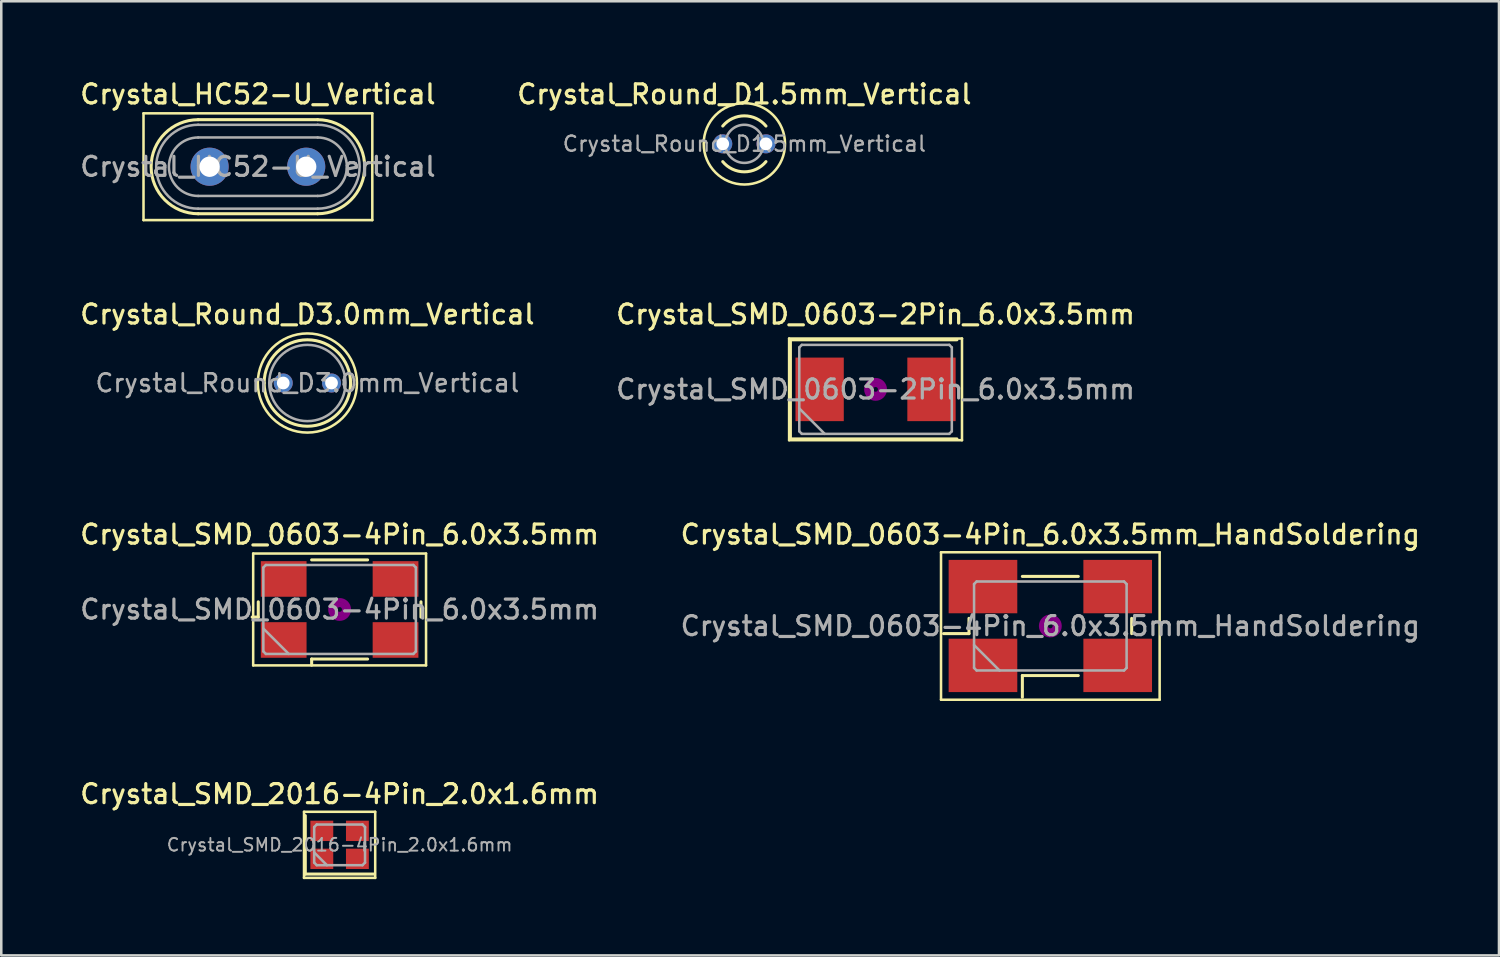
<source format=kicad_pcb>
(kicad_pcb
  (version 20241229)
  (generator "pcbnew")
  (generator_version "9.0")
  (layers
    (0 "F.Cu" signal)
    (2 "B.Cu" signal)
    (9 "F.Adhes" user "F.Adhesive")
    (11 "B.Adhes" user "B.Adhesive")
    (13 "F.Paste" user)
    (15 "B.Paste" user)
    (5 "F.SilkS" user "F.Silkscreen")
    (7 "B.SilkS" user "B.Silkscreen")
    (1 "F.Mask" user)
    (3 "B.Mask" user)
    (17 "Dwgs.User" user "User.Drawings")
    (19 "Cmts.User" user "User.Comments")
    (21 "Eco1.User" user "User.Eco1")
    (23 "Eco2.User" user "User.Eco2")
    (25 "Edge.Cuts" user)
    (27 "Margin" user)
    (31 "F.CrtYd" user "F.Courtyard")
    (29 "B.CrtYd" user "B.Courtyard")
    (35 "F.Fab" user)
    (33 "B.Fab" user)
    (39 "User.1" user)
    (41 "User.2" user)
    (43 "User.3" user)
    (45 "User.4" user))
  (footprint "Crystal_SMD_0603-4Pin_6.0x3.5mm_HandSoldering"
    (layer "F.Cu")
    (at 38.266 21.574)
    (property "Reference" "Crystal_SMD_0603-4Pin_6.0x3.5mm_HandSoldering" (at 0 -3.6 0) (layer "F.SilkS") (effects (font (size 0.75 0.75) (thickness 0.125))))
    (attr smd)
    (fp_line (start -4.3 -2.9) (end -4.3 2.9) (stroke (width 0.1) (type solid)) (layer "F.SilkS"))
    (fp_line (start -4.3 2.9) (end 4.3 2.9) (stroke (width 0.1) (type solid)) (layer "F.SilkS"))
    (fp_line (start -4.2 0.3) (end -3.2 0.3) (stroke (width 0.12) (type solid)) (layer "F.SilkS"))
    (fp_line (start -3.2 0.3) (end -3.2 -0.3) (stroke (width 0.12) (type solid)) (layer "F.SilkS"))
    (fp_line (start -1.1 -1.95) (end 1.1 -1.95) (stroke (width 0.12) (type solid)) (layer "F.SilkS"))
    (fp_line (start -1.1 1.95) (end -1.1 2.8) (stroke (width 0.12) (type solid)) (layer "F.SilkS"))
    (fp_line (start 1.1 1.95) (end -1.1 1.95) (stroke (width 0.12) (type solid)) (layer "F.SilkS"))
    (fp_line (start 3.2 -0.3) (end 3.2 0.3) (stroke (width 0.12) (type solid)) (layer "F.SilkS"))
    (fp_line (start 4.3 -2.9) (end -4.3 -2.9) (stroke (width 0.1) (type solid)) (layer "F.SilkS"))
    (fp_line (start 4.3 2.9) (end 4.3 -2.9) (stroke (width 0.1) (type solid)) (layer "F.SilkS"))
    (fp_circle (center 0 0) (end 0.093 0) (stroke (width 0.187) (type solid)) (fill no) (layer "F.Adhes"))
    (fp_circle (center 0 0) (end 0.213 0) (stroke (width 0.133) (type solid)) (fill no) (layer "F.Adhes"))
    (fp_circle (center 0 0) (end 0.333 0) (stroke (width 0.133) (type solid)) (fill no) (layer "F.Adhes"))
    (fp_circle (center 0 0) (end 0.4 0) (stroke (width 0.1) (type solid)) (fill no) (layer "F.Adhes"))
    (fp_line (start -3 -1.65) (end -2.9 -1.75) (stroke (width 0.1) (type solid)) (layer "F.Fab"))
    (fp_line (start -3 0.75) (end -2 1.75) (stroke (width 0.1) (type solid)) (layer "F.Fab"))
    (fp_line (start -3 1.65) (end -3 -1.65) (stroke (width 0.1) (type solid)) (layer "F.Fab"))
    (fp_line (start -2.9 -1.75) (end 2.9 -1.75) (stroke (width 0.1) (type solid)) (layer "F.Fab"))
    (fp_line (start -2.9 1.75) (end -3 1.65) (stroke (width 0.1) (type solid)) (layer "F.Fab"))
    (fp_line (start 2.9 -1.75) (end 3 -1.65) (stroke (width 0.1) (type solid)) (layer "F.Fab"))
    (fp_line (start 2.9 1.75) (end -2.9 1.75) (stroke (width 0.1) (type solid)) (layer "F.Fab"))
    (fp_line (start 3 -1.65) (end 3 1.65) (stroke (width 0.1) (type solid)) (layer "F.Fab"))
    (fp_line (start 3 1.65) (end 2.9 1.75) (stroke (width 0.1) (type solid)) (layer "F.Fab"))
    (fp_text user "${REFERENCE}" (at 0 0 0) (layer "F.Fab") (effects (font (size 0.75 0.75) (thickness 0.125))))
    (pad "1" smd rect (at -2.65 1.55) (size 2.7 2.1) (layers "F.Cu" "F.Mask" "F.Paste"))
    (pad "2" smd rect (at 2.65 1.55) (size 2.7 2.1) (layers "F.Cu" "F.Mask" "F.Paste"))
    (pad "3" smd rect (at 2.65 -1.55) (size 2.7 2.1) (layers "F.Cu" "F.Mask" "F.Paste"))
    (pad "4" smd rect (at -2.65 -1.55) (size 2.7 2.1) (layers "F.Cu" "F.Mask" "F.Paste")))
  (footprint "Crystal_Round_D1.5mm_Vertical"
    (layer "F.Cu")
    (at 25.38 2.608)
    (property "Reference" "Crystal_Round_D1.5mm_Vertical" (at 0.85 -1.95 0) (layer "F.SilkS") (effects (font (size 0.75 0.75) (thickness 0.125))))
    (attr through_hole)
    (fp_arc (start 0 -0.7) (mid 0.850432 -1.101136) (end 1.700549 -0.699333) (stroke (width 0.12) (type solid)) (layer "F.SilkS"))
    (fp_arc (start 1.700549 0.699333) (mid 0.850432 1.101136) (end 0 0.7) (stroke (width 0.12) (type solid)) (layer "F.SilkS"))
    (fp_circle (center 0.85 0) (end 2.45 0) (stroke (width 0.1) (type solid)) (fill no) (layer "F.SilkS"))
    (fp_circle (center 0.85 0) (end 1.6 0) (stroke (width 0.1) (type solid)) (fill no) (layer "F.Fab"))
    (fp_text user "${REFERENCE}" (at 0.85 0 0) (layer "F.Fab") (effects (font (size 0.6 0.6) (thickness 0.09))))
    (pad "1" thru_hole circle (at 0 0) (size 0.75 0.75) (drill 0.5) (layers "*.Cu" "*.Mask"))
    (pad "2" thru_hole circle (at 1.7 0) (size 0.75 0.75) (drill 0.5) (layers "*.Cu" "*.Mask")))
  (footprint "Crystal_SMD_2016-4Pin_2.0x1.6mm"
    (layer "F.Cu")
    (at 10.309 30.183)
    (property "Reference" "Crystal_SMD_2016-4Pin_2.0x1.6mm" (at 0 -2 0) (layer "F.SilkS") (effects (font (size 0.75 0.75) (thickness 0.125))))
    (attr smd)
    (fp_line (start -1.4 -1.3) (end -1.4 1.3) (stroke (width 0.1) (type solid)) (layer "F.SilkS"))
    (fp_line (start -1.4 1.3) (end 1.4 1.3) (stroke (width 0.1) (type solid)) (layer "F.SilkS"))
    (fp_line (start -1.35 -1.15) (end -1.35 1.15) (stroke (width 0.12) (type solid)) (layer "F.SilkS"))
    (fp_line (start -1.35 1.15) (end 1.35 1.15) (stroke (width 0.12) (type solid)) (layer "F.SilkS"))
    (fp_line (start 1.4 -1.3) (end -1.4 -1.3) (stroke (width 0.1) (type solid)) (layer "F.SilkS"))
    (fp_line (start 1.4 1.3) (end 1.4 -1.3) (stroke (width 0.1) (type solid)) (layer "F.SilkS"))
    (fp_line (start -1 -0.7) (end -0.9 -0.8) (stroke (width 0.1) (type solid)) (layer "F.Fab"))
    (fp_line (start -1 0.3) (end -0.5 0.8) (stroke (width 0.1) (type solid)) (layer "F.Fab"))
    (fp_line (start -1 0.7) (end -1 -0.7) (stroke (width 0.1) (type solid)) (layer "F.Fab"))
    (fp_line (start -0.9 -0.8) (end 0.9 -0.8) (stroke (width 0.1) (type solid)) (layer "F.Fab"))
    (fp_line (start -0.9 0.8) (end -1 0.7) (stroke (width 0.1) (type solid)) (layer "F.Fab"))
    (fp_line (start 0.9 -0.8) (end 1 -0.7) (stroke (width 0.1) (type solid)) (layer "F.Fab"))
    (fp_line (start 0.9 0.8) (end -0.9 0.8) (stroke (width 0.1) (type solid)) (layer "F.Fab"))
    (fp_line (start 1 -0.7) (end 1 0.7) (stroke (width 0.1) (type solid)) (layer "F.Fab"))
    (fp_line (start 1 0.7) (end 0.9 0.8) (stroke (width 0.1) (type solid)) (layer "F.Fab"))
    (fp_text user "${REFERENCE}" (at 0 0 0) (layer "F.Fab") (effects (font (size 0.5 0.5) (thickness 0.075))))
    (pad "1" smd rect (at -0.7 0.55) (size 0.9 0.8) (layers "F.Cu" "F.Mask" "F.Paste"))
    (pad "2" smd rect (at 0.7 0.55) (size 0.9 0.8) (layers "F.Cu" "F.Mask" "F.Paste"))
    (pad "3" smd rect (at 0.7 -0.55) (size 0.9 0.8) (layers "F.Cu" "F.Mask" "F.Paste"))
    (pad "4" smd rect (at -0.7 -0.55) (size 0.9 0.8) (layers "F.Cu" "F.Mask" "F.Paste")))
  (footprint "Crystal_HC52-U_Vertical"
    (layer "F.Cu")
    (at 5.195 3.508)
    (property "Reference" "Crystal_HC52-U_Vertical" (at 1.9 -2.85 0) (layer "F.SilkS") (effects (font (size 0.75 0.75) (thickness 0.125))))
    (attr through_hole)
    (fp_line (start -2.6 -2.1) (end -2.6 2.1) (stroke (width 0.1) (type solid)) (layer "F.SilkS"))
    (fp_line (start -2.6 2.1) (end 6.4 2.1) (stroke (width 0.1) (type solid)) (layer "F.SilkS"))
    (fp_line (start -0.45 -1.85) (end 4.25 -1.85) (stroke (width 0.12) (type solid)) (layer "F.SilkS"))
    (fp_line (start -0.45 1.85) (end 4.25 1.85) (stroke (width 0.12) (type solid)) (layer "F.SilkS"))
    (fp_line (start 6.4 -2.1) (end -2.6 -2.1) (stroke (width 0.1) (type solid)) (layer "F.SilkS"))
    (fp_line (start 6.4 2.1) (end 6.4 -2.1) (stroke (width 0.1) (type solid)) (layer "F.SilkS"))
    (fp_arc (start -0.45 1.85) (mid -2.3 0) (end -0.45 -1.85) (stroke (width 0.12) (type solid)) (layer "F.SilkS"))
    (fp_arc (start 4.25 -1.85) (mid 6.1 0) (end 4.25 1.85) (stroke (width 0.12) (type solid)) (layer "F.SilkS"))
    (fp_line (start -0.45 -1.65) (end 4.25 -1.65) (stroke (width 0.1) (type solid)) (layer "F.Fab"))
    (fp_line (start -0.45 -1.15) (end 4.25 -1.15) (stroke (width 0.1) (type solid)) (layer "F.Fab"))
    (fp_line (start -0.45 1.15) (end 4.25 1.15) (stroke (width 0.1) (type solid)) (layer "F.Fab"))
    (fp_line (start -0.45 1.65) (end 4.25 1.65) (stroke (width 0.1) (type solid)) (layer "F.Fab"))
    (fp_arc (start -0.45 1.15) (mid -1.6 0) (end -0.45 -1.15) (stroke (width 0.1) (type solid)) (layer "F.Fab"))
    (fp_arc (start -0.45 1.65) (mid -2.1 0) (end -0.45 -1.65) (stroke (width 0.1) (type solid)) (layer "F.Fab"))
    (fp_arc (start 4.25 -1.65) (mid 5.9 0) (end 4.25 1.65) (stroke (width 0.1) (type solid)) (layer "F.Fab"))
    (fp_arc (start 4.25 -1.15) (mid 5.4 0) (end 4.25 1.15) (stroke (width 0.1) (type solid)) (layer "F.Fab"))
    (fp_text user "${REFERENCE}" (at 1.9 0 0) (layer "F.Fab") (effects (font (size 0.75 0.75) (thickness 0.125))))
    (pad "1" thru_hole circle (at 0 0) (size 1.5 1.5) (drill 0.8) (layers "*.Cu" "*.Mask"))
    (pad "2" thru_hole circle (at 3.8 0) (size 1.5 1.5) (drill 0.8) (layers "*.Cu" "*.Mask")))
  (footprint "Crystal_Round_D3.0mm_Vertical"
    (layer "F.Cu")
    (at 8.091 12.016)
    (property "Reference" "Crystal_Round_D3.0mm_Vertical" (at 0.95 -2.7 0) (layer "F.SilkS") (effects (font (size 0.75 0.75) (thickness 0.125))))
    (attr through_hole)
    (fp_arc (start -0.75 0) (mid 0.95 -1.7) (end 2.65 0) (stroke (width 0.12) (type solid)) (layer "F.SilkS"))
    (fp_arc (start 2.65 0) (mid 0.95 1.7) (end -0.75 0) (stroke (width 0.12) (type solid)) (layer "F.SilkS"))
    (fp_circle (center 0.95 0) (end 2.9 0) (stroke (width 0.1) (type solid)) (fill no) (layer "F.SilkS"))
    (fp_circle (center 0.95 0) (end 2.45 0) (stroke (width 0.1) (type solid)) (fill no) (layer "F.Fab"))
    (fp_text user "${REFERENCE}" (at 0.95 0 0) (layer "F.Fab") (effects (font (size 0.7 0.7) (thickness 0.105))))
    (pad "1" thru_hole circle (at 0 0) (size 0.75 0.75) (drill 0.5) (layers "*.Cu" "*.Mask"))
    (pad "2" thru_hole circle (at 1.9 0) (size 0.75 0.75) (drill 0.5) (layers "*.Cu" "*.Mask")))
  (footprint "Crystal_SMD_0603-2Pin_6.0x3.5mm"
    (layer "F.Cu")
    (at 31.391 12.266)
    (property "Reference" "Crystal_SMD_0603-2Pin_6.0x3.5mm" (at 0 -2.95 0) (layer "F.SilkS") (effects (font (size 0.75 0.75) (thickness 0.125))))
    (attr smd)
    (fp_line (start -3.4 -2) (end -3.4 2) (stroke (width 0.1) (type solid)) (layer "F.SilkS"))
    (fp_line (start -3.4 2) (end 3.4 2) (stroke (width 0.1) (type solid)) (layer "F.SilkS"))
    (fp_line (start -3.35 -1.95) (end -3.35 1.95) (stroke (width 0.12) (type solid)) (layer "F.SilkS"))
    (fp_line (start -3.35 1.95) (end 3.2 1.95) (stroke (width 0.12) (type solid)) (layer "F.SilkS"))
    (fp_line (start 3.2 -1.95) (end -3.35 -1.95) (stroke (width 0.12) (type solid)) (layer "F.SilkS"))
    (fp_line (start 3.4 -2) (end -3.4 -2) (stroke (width 0.1) (type solid)) (layer "F.SilkS"))
    (fp_line (start 3.4 2) (end 3.4 -2) (stroke (width 0.1) (type solid)) (layer "F.SilkS"))
    (fp_circle (center 0 0) (end 0.093 0) (stroke (width 0.187) (type solid)) (fill no) (layer "F.Adhes"))
    (fp_circle (center 0 0) (end 0.213 0) (stroke (width 0.133) (type solid)) (fill no) (layer "F.Adhes"))
    (fp_circle (center 0 0) (end 0.333 0) (stroke (width 0.133) (type solid)) (fill no) (layer "F.Adhes"))
    (fp_circle (center 0 0) (end 0.4 0) (stroke (width 0.1) (type solid)) (fill no) (layer "F.Adhes"))
    (fp_line (start -3 -1.65) (end -2.9 -1.75) (stroke (width 0.1) (type solid)) (layer "F.Fab"))
    (fp_line (start -3 0.75) (end -2 1.75) (stroke (width 0.1) (type solid)) (layer "F.Fab"))
    (fp_line (start -3 1.65) (end -3 -1.65) (stroke (width 0.1) (type solid)) (layer "F.Fab"))
    (fp_line (start -2.9 -1.75) (end 2.9 -1.75) (stroke (width 0.1) (type solid)) (layer "F.Fab"))
    (fp_line (start -2.9 1.75) (end -3 1.65) (stroke (width 0.1) (type solid)) (layer "F.Fab"))
    (fp_line (start 2.9 -1.75) (end 3 -1.65) (stroke (width 0.1) (type solid)) (layer "F.Fab"))
    (fp_line (start 2.9 1.75) (end -2.9 1.75) (stroke (width 0.1) (type solid)) (layer "F.Fab"))
    (fp_line (start 3 -1.65) (end 3 1.65) (stroke (width 0.1) (type solid)) (layer "F.Fab"))
    (fp_line (start 3 1.65) (end 2.9 1.75) (stroke (width 0.1) (type solid)) (layer "F.Fab"))
    (fp_text user "${REFERENCE}" (at 0 0 0) (layer "F.Fab") (effects (font (size 0.75 0.75) (thickness 0.125))))
    (pad "1" smd rect (at -2.2 0) (size 1.9 2.5) (layers "F.Cu" "F.Mask" "F.Paste"))
    (pad "2" smd rect (at 2.2 0) (size 1.9 2.5) (layers "F.Cu" "F.Mask" "F.Paste")))
  (footprint "Crystal_SMD_0603-4Pin_6.0x3.5mm"
    (layer "F.Cu")
    (at 10.309 20.924)
    (property "Reference" "Crystal_SMD_0603-4Pin_6.0x3.5mm" (at 0 -2.95 0) (layer "F.SilkS") (effects (font (size 0.75 0.75) (thickness 0.125))))
    (attr smd)
    (fp_line (start -3.44 0.3) (end -3.2 0.3) (stroke (width 0.12) (type solid)) (layer "F.SilkS"))
    (fp_line (start -3.4 -2.2) (end -3.4 2.2) (stroke (width 0.1) (type solid)) (layer "F.SilkS"))
    (fp_line (start -3.4 2.2) (end 3.4 2.2) (stroke (width 0.1) (type solid)) (layer "F.SilkS"))
    (fp_line (start -3.2 0.3) (end -3.2 -0.3) (stroke (width 0.12) (type solid)) (layer "F.SilkS"))
    (fp_line (start -1.1 -1.95) (end 1.1 -1.95) (stroke (width 0.12) (type solid)) (layer "F.SilkS"))
    (fp_line (start -1.1 1.95) (end -1.1 2.19) (stroke (width 0.12) (type solid)) (layer "F.SilkS"))
    (fp_line (start 1.1 1.95) (end -1.1 1.95) (stroke (width 0.12) (type solid)) (layer "F.SilkS"))
    (fp_line (start 3.2 -0.3) (end 3.2 0.3) (stroke (width 0.12) (type solid)) (layer "F.SilkS"))
    (fp_line (start 3.4 -2.2) (end -3.4 -2.2) (stroke (width 0.1) (type solid)) (layer "F.SilkS"))
    (fp_line (start 3.4 2.2) (end 3.4 -2.2) (stroke (width 0.1) (type solid)) (layer "F.SilkS"))
    (fp_circle (center 0 0) (end 0.093 0) (stroke (width 0.187) (type solid)) (fill no) (layer "F.Adhes"))
    (fp_circle (center 0 0) (end 0.213 0) (stroke (width 0.133) (type solid)) (fill no) (layer "F.Adhes"))
    (fp_circle (center 0 0) (end 0.333 0) (stroke (width 0.133) (type solid)) (fill no) (layer "F.Adhes"))
    (fp_circle (center 0 0) (end 0.4 0) (stroke (width 0.1) (type solid)) (fill no) (layer "F.Adhes"))
    (fp_line (start -3 -1.65) (end -2.9 -1.75) (stroke (width 0.1) (type solid)) (layer "F.Fab"))
    (fp_line (start -3 0.75) (end -2 1.75) (stroke (width 0.1) (type solid)) (layer "F.Fab"))
    (fp_line (start -3 1.65) (end -3 -1.65) (stroke (width 0.1) (type solid)) (layer "F.Fab"))
    (fp_line (start -2.9 -1.75) (end 2.9 -1.75) (stroke (width 0.1) (type solid)) (layer "F.Fab"))
    (fp_line (start -2.9 1.75) (end -3 1.65) (stroke (width 0.1) (type solid)) (layer "F.Fab"))
    (fp_line (start 2.9 -1.75) (end 3 -1.65) (stroke (width 0.1) (type solid)) (layer "F.Fab"))
    (fp_line (start 2.9 1.75) (end -2.9 1.75) (stroke (width 0.1) (type solid)) (layer "F.Fab"))
    (fp_line (start 3 -1.65) (end 3 1.65) (stroke (width 0.1) (type solid)) (layer "F.Fab"))
    (fp_line (start 3 1.65) (end 2.9 1.75) (stroke (width 0.1) (type solid)) (layer "F.Fab"))
    (fp_text user "${REFERENCE}" (at 0 0 0) (layer "F.Fab") (effects (font (size 0.75 0.75) (thickness 0.125))))
    (pad "1" smd rect (at -2.2 1.2) (size 1.8 1.4) (layers "F.Cu" "F.Mask" "F.Paste"))
    (pad "2" smd rect (at 2.2 1.2) (size 1.8 1.4) (layers "F.Cu" "F.Mask" "F.Paste"))
    (pad "3" smd rect (at 2.2 -1.2) (size 1.8 1.4) (layers "F.Cu" "F.Mask" "F.Paste"))
    (pad "4" smd rect (at -2.2 -1.2) (size 1.8 1.4) (layers "F.Cu" "F.Mask" "F.Paste")))
  (gr_rect
    (start -3 -3)
    (end 55.914 34.532)
    (stroke (width 0.1) (type default))
    (fill no)
    (layer "Edge.Cuts")))
</source>
